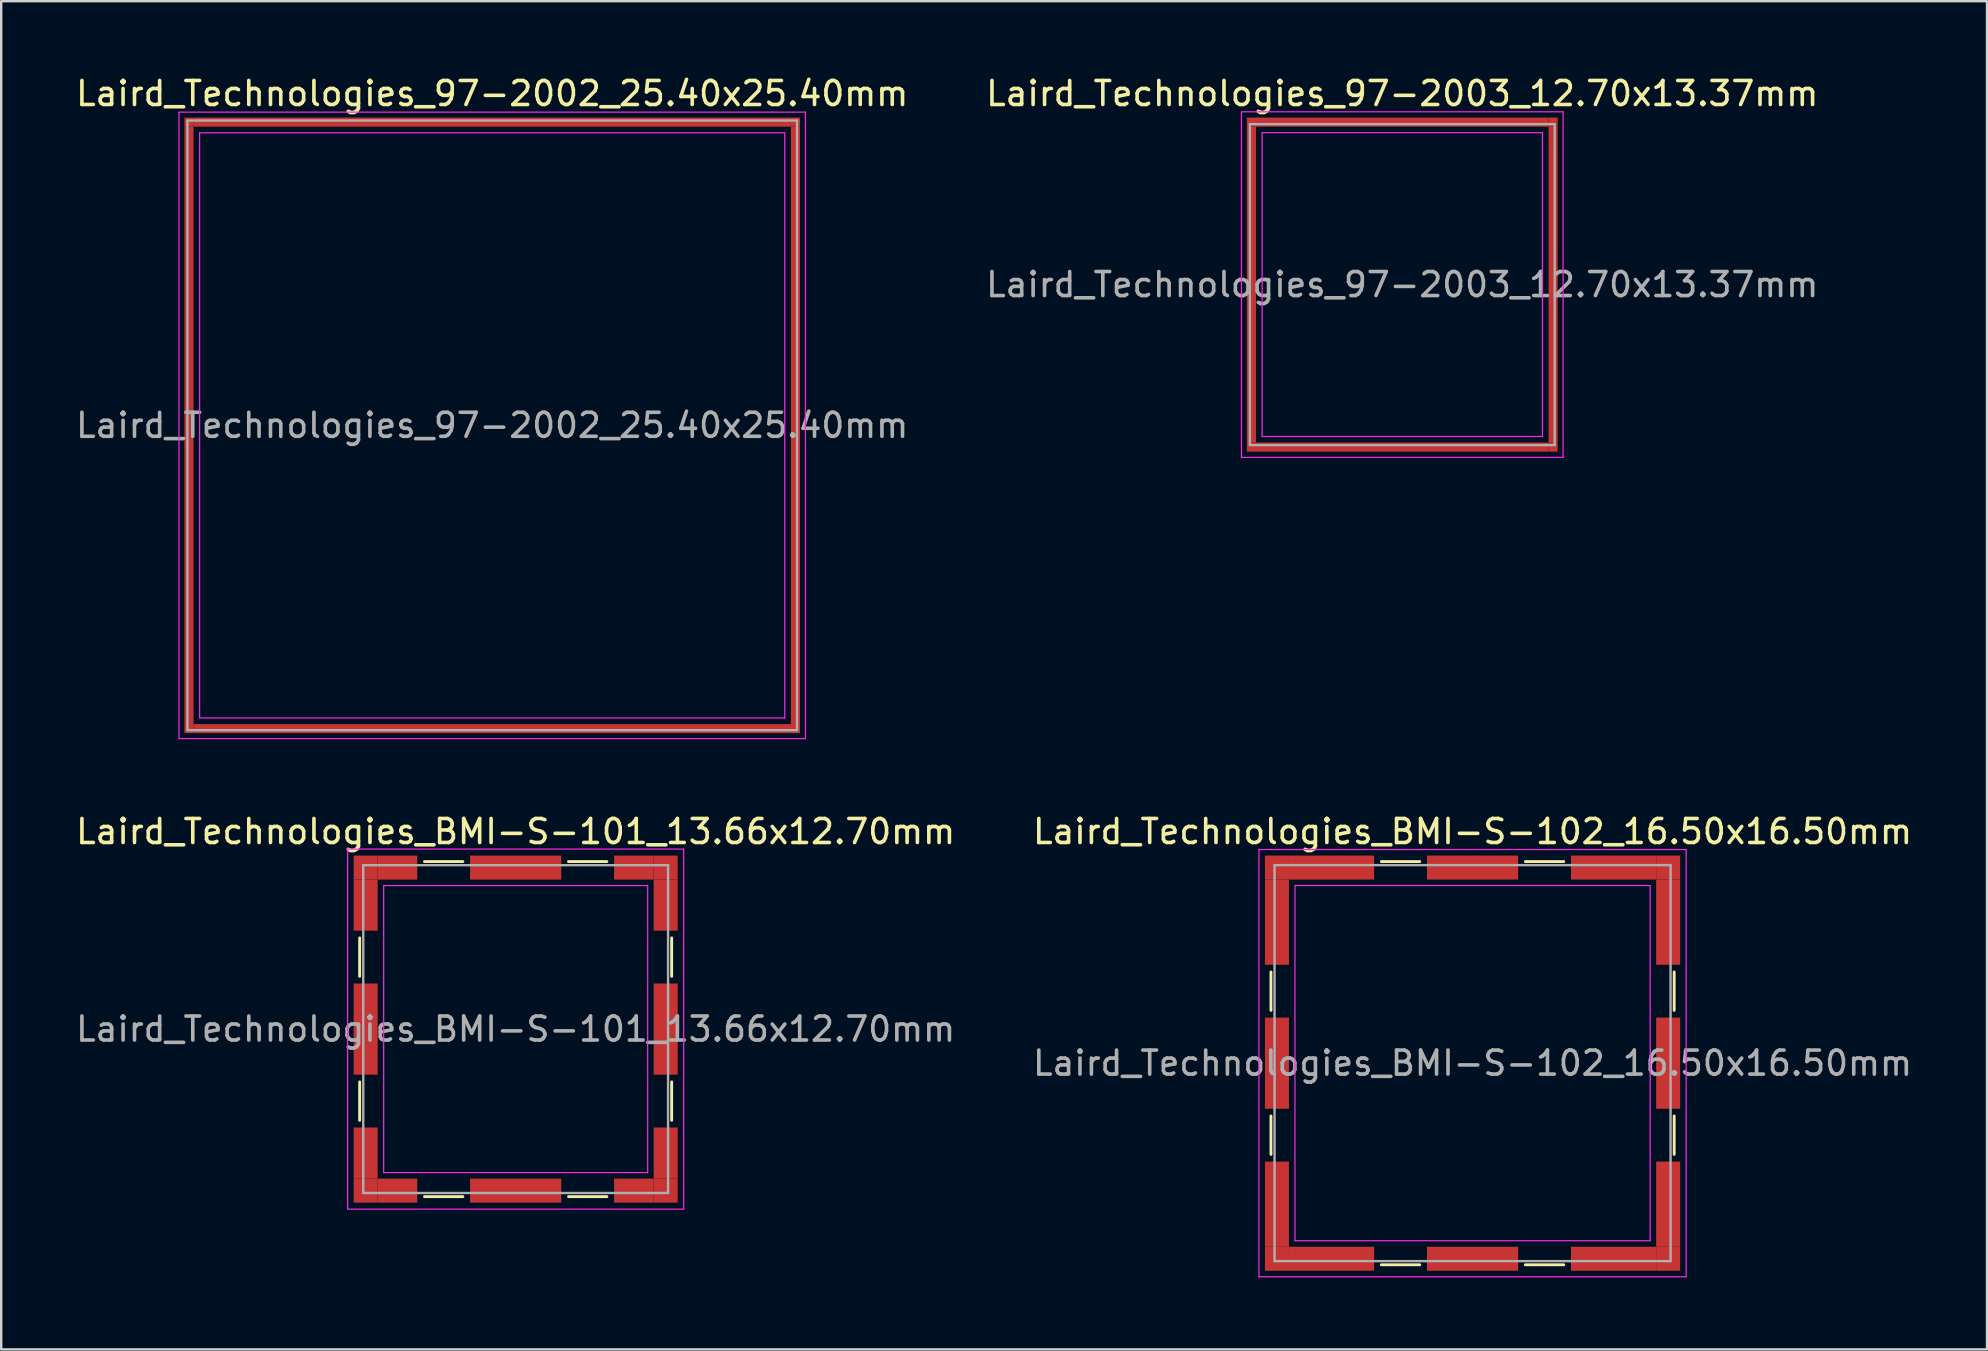
<source format=kicad_pcb>
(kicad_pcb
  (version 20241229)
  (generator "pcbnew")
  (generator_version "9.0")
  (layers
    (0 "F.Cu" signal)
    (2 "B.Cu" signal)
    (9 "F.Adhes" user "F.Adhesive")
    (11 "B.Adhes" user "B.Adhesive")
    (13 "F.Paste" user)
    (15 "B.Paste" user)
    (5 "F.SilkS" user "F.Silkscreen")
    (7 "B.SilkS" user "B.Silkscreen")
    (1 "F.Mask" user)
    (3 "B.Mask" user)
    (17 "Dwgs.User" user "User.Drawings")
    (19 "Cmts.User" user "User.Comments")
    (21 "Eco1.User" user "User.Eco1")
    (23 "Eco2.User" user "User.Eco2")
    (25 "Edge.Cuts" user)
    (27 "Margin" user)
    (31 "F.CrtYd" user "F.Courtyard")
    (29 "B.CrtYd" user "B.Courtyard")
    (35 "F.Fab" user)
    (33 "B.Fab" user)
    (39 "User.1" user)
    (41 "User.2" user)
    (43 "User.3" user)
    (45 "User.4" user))
  (footprint "Laird_Technologies_BMI-S-101_13.66x12.70mm"
    (layer "F.Cu")
    (at 18.435 39.827)
    (property "Reference" "Laird_Technologies_BMI-S-101_13.66x12.70mm" (at 0 -8.23 0) (layer "F.SilkS") (effects (font (size 1 1) (thickness 0.15))))
    (attr smd)
    (fp_line (start -6.5 -3.8) (end -6.5 -2.2) (stroke (width 0.12) (type solid)) (layer "F.SilkS"))
    (fp_line (start -6.5 2.2) (end -6.5 3.8) (stroke (width 0.12) (type solid)) (layer "F.SilkS"))
    (fp_line (start -3.8 -6.98) (end -2.2 -6.98) (stroke (width 0.12) (type solid)) (layer "F.SilkS"))
    (fp_line (start -3.8 6.98) (end -2.2 6.98) (stroke (width 0.12) (type solid)) (layer "F.SilkS"))
    (fp_line (start 2.2 -6.98) (end 3.8 -6.98) (stroke (width 0.12) (type solid)) (layer "F.SilkS"))
    (fp_line (start 2.2 6.98) (end 3.8 6.98) (stroke (width 0.12) (type solid)) (layer "F.SilkS"))
    (fp_line (start 6.5 -3.8) (end 6.5 -2.2) (stroke (width 0.12) (type solid)) (layer "F.SilkS"))
    (fp_line (start 6.5 2.2) (end 6.5 3.8) (stroke (width 0.12) (type solid)) (layer "F.SilkS"))
    (fp_line (start -7 -7.5) (end -7 7.5) (stroke (width 0.05) (type solid)) (layer "F.CrtYd"))
    (fp_line (start -7 7.5) (end 7 7.5) (stroke (width 0.05) (type solid)) (layer "F.CrtYd"))
    (fp_line (start -5.5 -5.98) (end -5.5 5.98) (stroke (width 0.05) (type solid)) (layer "F.CrtYd"))
    (fp_line (start 5.5 -5.98) (end -5.5 -5.98) (stroke (width 0.05) (type solid)) (layer "F.CrtYd"))
    (fp_line (start 5.5 -5.98) (end 5.5 5.98) (stroke (width 0.05) (type solid)) (layer "F.CrtYd"))
    (fp_line (start 5.5 5.98) (end -5.5 5.98) (stroke (width 0.05) (type solid)) (layer "F.CrtYd"))
    (fp_line (start 7 -7.5) (end -7 -7.5) (stroke (width 0.05) (type solid)) (layer "F.CrtYd"))
    (fp_line (start 7 7.5) (end 7 -7.5) (stroke (width 0.05) (type solid)) (layer "F.CrtYd"))
    (fp_line (start -6.35 -6.83) (end -6.35 6.83) (stroke (width 0.1) (type solid)) (layer "F.Fab"))
    (fp_line (start -6.35 6.83) (end 6.35 6.83) (stroke (width 0.1) (type solid)) (layer "F.Fab"))
    (fp_line (start 6.35 -6.83) (end -6.35 -6.83) (stroke (width 0.1) (type solid)) (layer "F.Fab"))
    (fp_line (start 6.35 6.83) (end 6.35 -6.83) (stroke (width 0.1) (type solid)) (layer "F.Fab"))
    (fp_text user "${REFERENCE}" (at 0 0 0) (layer "F.Fab") (effects (font (size 1 1) (thickness 0.15))))
    (pad "1" smd rect (at -6.25 -6.73) (size 1 1) (layers "F.Cu" "F.Mask" "F.Paste"))
    (pad "1" smd rect (at -6.25 -5.165) (size 1 2.13) (layers "F.Cu" "F.Mask" "F.Paste"))
    (pad "1" smd rect (at -6.25 0) (size 1 3.8) (layers "F.Cu" "F.Mask" "F.Paste"))
    (pad "1" smd rect (at -6.25 5.165) (size 1 2.13) (layers "F.Cu" "F.Mask" "F.Paste"))
    (pad "1" smd rect (at -6.25 6.73) (size 1 1) (layers "F.Cu" "F.Mask" "F.Paste"))
    (pad "1" smd rect (at -4.925 -6.73) (size 1.65 1) (layers "F.Cu" "F.Mask" "F.Paste"))
    (pad "1" smd rect (at -4.925 6.73) (size 1.65 1) (layers "F.Cu" "F.Mask" "F.Paste"))
    (pad "1" smd rect (at 0 -6.73) (size 3.8 1) (layers "F.Cu" "F.Mask" "F.Paste"))
    (pad "1" smd rect (at 0 6.73) (size 3.8 1) (layers "F.Cu" "F.Mask" "F.Paste"))
    (pad "1" smd rect (at 4.925 -6.73) (size 1.65 1) (layers "F.Cu" "F.Mask" "F.Paste"))
    (pad "1" smd rect (at 4.925 6.73) (size 1.65 1) (layers "F.Cu" "F.Mask" "F.Paste"))
    (pad "1" smd rect (at 6.25 -6.73) (size 1 1) (layers "F.Cu" "F.Mask" "F.Paste"))
    (pad "1" smd rect (at 6.25 -5.165) (size 1 2.13) (layers "F.Cu" "F.Mask" "F.Paste"))
    (pad "1" smd rect (at 6.25 0) (size 1 3.8) (layers "F.Cu" "F.Mask" "F.Paste"))
    (pad "1" smd rect (at 6.25 5.165) (size 1 2.13) (layers "F.Cu" "F.Mask" "F.Paste"))
    (pad "1" smd rect (at 6.25 6.73) (size 1 1) (layers "F.Cu" "F.Mask" "F.Paste")))
  (footprint "Laird_Technologies_97-2002_25.40x25.40mm"
    (layer "F.Cu")
    (at 17.458 14.673)
    (property "Reference" "Laird_Technologies_97-2002_25.40x25.40mm" (at 0 -13.825 0) (layer "F.SilkS") (effects (font (size 1 1) (thickness 0.15))))
    (attr smd)
    (fp_line (start -13.05 -13.05) (end -13.05 13.05) (stroke (width 0.05) (type solid)) (layer "F.CrtYd"))
    (fp_line (start -13.05 13.05) (end 13.05 13.05) (stroke (width 0.05) (type solid)) (layer "F.CrtYd"))
    (fp_line (start -12.19 -12.2) (end -12.19 12.18) (stroke (width 0.05) (type solid)) (layer "F.CrtYd"))
    (fp_line (start 12.19 -12.19) (end -12.19 -12.19) (stroke (width 0.05) (type solid)) (layer "F.CrtYd"))
    (fp_line (start 12.19 -12.19) (end 12.19 12.19) (stroke (width 0.05) (type solid)) (layer "F.CrtYd"))
    (fp_line (start 12.19 12.19) (end -12.19 12.19) (stroke (width 0.05) (type solid)) (layer "F.CrtYd"))
    (fp_line (start 13.05 -13.05) (end -13.05 -13.05) (stroke (width 0.05) (type solid)) (layer "F.CrtYd"))
    (fp_line (start 13.05 13.05) (end 13.05 -13.05) (stroke (width 0.05) (type solid)) (layer "F.CrtYd"))
    (fp_line (start -12.7 -12.7) (end -12.7 12.7) (stroke (width 0.1) (type solid)) (layer "F.Fab"))
    (fp_line (start -12.7 12.7) (end 12.7 12.7) (stroke (width 0.1) (type solid)) (layer "F.Fab"))
    (fp_line (start 12.7 -12.7) (end -12.7 -12.7) (stroke (width 0.1) (type solid)) (layer "F.Fab"))
    (fp_line (start 12.7 12.7) (end 12.7 -12.7) (stroke (width 0.1) (type solid)) (layer "F.Fab"))
    (fp_text user "${REFERENCE}" (at 0 0 0) (layer "F.Fab") (effects (font (size 1 1) (thickness 0.15))))
    (pad "1" smd rect (at -12.635 -12.635) (size 0.38 0.38) (layers "F.Cu" "F.Mask" "F.Paste"))
    (pad "1" smd rect (at -12.635 0) (size 0.38 24.89) (layers "F.Cu" "F.Mask" "F.Paste"))
    (pad "1" smd rect (at -12.635 12.635) (size 0.38 0.38) (layers "F.Cu" "F.Mask" "F.Paste"))
    (pad "1" smd rect (at 0 -12.635) (size 24.89 0.38) (layers "F.Cu" "F.Mask" "F.Paste"))
    (pad "1" smd rect (at 0 12.635) (size 24.89 0.38) (layers "F.Cu" "F.Mask" "F.Paste"))
    (pad "1" smd rect (at 12.635 -12.635) (size 0.38 0.38) (layers "F.Cu" "F.Mask" "F.Paste"))
    (pad "1" smd rect (at 12.635 0) (size 0.38 24.89) (layers "F.Cu" "F.Mask" "F.Paste"))
    (pad "1" smd rect (at 12.635 12.635) (size 0.38 0.38) (layers "F.Cu" "F.Mask" "F.Paste")))
  (footprint "Laird_Technologies_BMI-S-102_16.50x16.50mm"
    (layer "F.Cu")
    (at 58.304 41.246)
    (property "Reference" "Laird_Technologies_BMI-S-102_16.50x16.50mm" (at 0 -9.65 0) (layer "F.SilkS") (effects (font (size 1 1) (thickness 0.15))))
    (attr smd)
    (fp_line (start -8.4 -3.8) (end -8.4 -2.2) (stroke (width 0.12) (type solid)) (layer "F.SilkS"))
    (fp_line (start -8.4 2.2) (end -8.4 3.8) (stroke (width 0.12) (type solid)) (layer "F.SilkS"))
    (fp_line (start -3.8 -8.4) (end -2.2 -8.4) (stroke (width 0.12) (type solid)) (layer "F.SilkS"))
    (fp_line (start -3.8 8.4) (end -2.2 8.4) (stroke (width 0.12) (type solid)) (layer "F.SilkS"))
    (fp_line (start 2.2 -8.4) (end 3.8 -8.4) (stroke (width 0.12) (type solid)) (layer "F.SilkS"))
    (fp_line (start 2.2 8.4) (end 3.8 8.4) (stroke (width 0.12) (type solid)) (layer "F.SilkS"))
    (fp_line (start 8.4 -3.8) (end 8.4 -2.2) (stroke (width 0.12) (type solid)) (layer "F.SilkS"))
    (fp_line (start 8.4 2.2) (end 8.4 3.8) (stroke (width 0.12) (type solid)) (layer "F.SilkS"))
    (fp_line (start -8.9 -8.9) (end -8.9 8.9) (stroke (width 0.05) (type solid)) (layer "F.CrtYd"))
    (fp_line (start -8.9 8.9) (end 8.9 8.9) (stroke (width 0.05) (type solid)) (layer "F.CrtYd"))
    (fp_line (start -7.4 -7.4) (end -7.4 7.4) (stroke (width 0.05) (type solid)) (layer "F.CrtYd"))
    (fp_line (start 7.4 -7.4) (end -7.4 -7.4) (stroke (width 0.05) (type solid)) (layer "F.CrtYd"))
    (fp_line (start 7.4 -7.4) (end 7.4 7.4) (stroke (width 0.05) (type solid)) (layer "F.CrtYd"))
    (fp_line (start 7.4 7.4) (end -7.4 7.4) (stroke (width 0.05) (type solid)) (layer "F.CrtYd"))
    (fp_line (start 8.9 -8.9) (end -8.9 -8.9) (stroke (width 0.05) (type solid)) (layer "F.CrtYd"))
    (fp_line (start 8.9 8.9) (end 8.9 -8.9) (stroke (width 0.05) (type solid)) (layer "F.CrtYd"))
    (fp_line (start -8.25 -8.25) (end -8.25 8.25) (stroke (width 0.1) (type solid)) (layer "F.Fab"))
    (fp_line (start -8.25 8.25) (end 8.25 8.25) (stroke (width 0.1) (type solid)) (layer "F.Fab"))
    (fp_line (start 8.25 -8.25) (end -8.25 -8.25) (stroke (width 0.1) (type solid)) (layer "F.Fab"))
    (fp_line (start 8.25 8.25) (end 8.25 -8.25) (stroke (width 0.1) (type solid)) (layer "F.Fab"))
    (fp_text user "${REFERENCE}" (at 0 0 0) (layer "F.Fab") (effects (font (size 1 1) (thickness 0.15))))
    (pad "1" smd rect (at -8.15 -8.15) (size 1 1) (layers "F.Cu" "F.Mask" "F.Paste"))
    (pad "1" smd rect (at -8.15 -5.875) (size 1 3.55) (layers "F.Cu" "F.Mask" "F.Paste"))
    (pad "1" smd rect (at -8.15 0) (size 1 3.8) (layers "F.Cu" "F.Mask" "F.Paste"))
    (pad "1" smd rect (at -8.15 5.875) (size 1 3.55) (layers "F.Cu" "F.Mask" "F.Paste"))
    (pad "1" smd rect (at -8.15 8.15) (size 1 1) (layers "F.Cu" "F.Mask" "F.Paste"))
    (pad "1" smd rect (at -5.875 -8.15) (size 3.55 1) (layers "F.Cu" "F.Mask" "F.Paste"))
    (pad "1" smd rect (at -5.875 8.15) (size 3.55 1) (layers "F.Cu" "F.Mask" "F.Paste"))
    (pad "1" smd rect (at 0 -8.15) (size 3.8 1) (layers "F.Cu" "F.Mask" "F.Paste"))
    (pad "1" smd rect (at 0 8.15) (size 3.8 1) (layers "F.Cu" "F.Mask" "F.Paste"))
    (pad "1" smd rect (at 5.875 -8.15) (size 3.55 1) (layers "F.Cu" "F.Mask" "F.Paste"))
    (pad "1" smd rect (at 5.875 8.15) (size 3.55 1) (layers "F.Cu" "F.Mask" "F.Paste"))
    (pad "1" smd rect (at 8.15 -8.15) (size 1 1) (layers "F.Cu" "F.Mask" "F.Paste"))
    (pad "1" smd rect (at 8.15 -5.875) (size 1 3.55) (layers "F.Cu" "F.Mask" "F.Paste"))
    (pad "1" smd rect (at 8.15 0) (size 1 3.8) (layers "F.Cu" "F.Mask" "F.Paste"))
    (pad "1" smd rect (at 8.15 5.875) (size 1 3.55) (layers "F.Cu" "F.Mask" "F.Paste"))
    (pad "1" smd rect (at 8.15 8.15) (size 1 1) (layers "F.Cu" "F.Mask" "F.Paste")))
  (footprint "Laird_Technologies_97-2003_12.70x13.37mm"
    (layer "F.Cu")
    (at 55.375 8.808)
    (property "Reference" "Laird_Technologies_97-2003_12.70x13.37mm" (at 0 -7.96 0) (layer "F.SilkS") (effects (font (size 1 1) (thickness 0.15))))
    (attr smd)
    (fp_line (start -6.7 -7.2) (end -6.7 7.2) (stroke (width 0.05) (type solid)) (layer "F.CrtYd"))
    (fp_line (start -6.7 7.2) (end 6.7 7.2) (stroke (width 0.05) (type solid)) (layer "F.CrtYd"))
    (fp_line (start -5.84 -6.33) (end -5.84 6.33) (stroke (width 0.05) (type solid)) (layer "F.CrtYd"))
    (fp_line (start 5.84 -6.33) (end -5.84 -6.33) (stroke (width 0.05) (type solid)) (layer "F.CrtYd"))
    (fp_line (start 5.84 -6.33) (end 5.84 6.33) (stroke (width 0.05) (type solid)) (layer "F.CrtYd"))
    (fp_line (start 5.84 6.33) (end -5.84 6.33) (stroke (width 0.05) (type solid)) (layer "F.CrtYd"))
    (fp_line (start 6.7 -7.2) (end -6.7 -7.2) (stroke (width 0.05) (type solid)) (layer "F.CrtYd"))
    (fp_line (start 6.7 7.2) (end 6.7 -7.2) (stroke (width 0.05) (type solid)) (layer "F.CrtYd"))
    (fp_line (start -6.35 -6.685) (end -6.35 6.685) (stroke (width 0.1) (type solid)) (layer "F.Fab"))
    (fp_line (start -6.35 6.685) (end 6.35 6.685) (stroke (width 0.1) (type solid)) (layer "F.Fab"))
    (fp_line (start 6.35 -6.685) (end -6.35 -6.685) (stroke (width 0.1) (type solid)) (layer "F.Fab"))
    (fp_line (start 6.35 6.685) (end 6.35 -6.685) (stroke (width 0.1) (type solid)) (layer "F.Fab"))
    (fp_text user "${REFERENCE}" (at 0 0 0) (layer "F.Fab") (effects (font (size 1 1) (thickness 0.15))))
    (pad "1" smd rect (at -6.285 -6.77) (size 0.38 0.38) (layers "F.Cu" "F.Mask" "F.Paste"))
    (pad "1" smd rect (at -6.285 0) (size 0.38 13.16) (layers "F.Cu" "F.Mask" "F.Paste"))
    (pad "1" smd rect (at -6.285 6.77) (size 0.38 0.38) (layers "F.Cu" "F.Mask" "F.Paste"))
    (pad "1" smd rect (at 0 -6.77) (size 12.19 0.38) (layers "F.Cu" "F.Mask" "F.Paste"))
    (pad "1" smd rect (at 0 6.77) (size 12.19 0.38) (layers "F.Cu" "F.Mask" "F.Paste"))
    (pad "1" smd rect (at 6.285 -6.77) (size 0.38 0.38) (layers "F.Cu" "F.Mask" "F.Paste"))
    (pad "1" smd rect (at 6.285 0) (size 0.38 13.16) (layers "F.Cu" "F.Mask" "F.Paste"))
    (pad "1" smd rect (at 6.285 6.77) (size 0.38 0.38) (layers "F.Cu" "F.Mask" "F.Paste")))
  (gr_rect
    (start -3 -3)
    (end 79.738 53.172)
    (stroke (width 0.1) (type default))
    (fill no)
    (layer "Edge.Cuts")))
</source>
